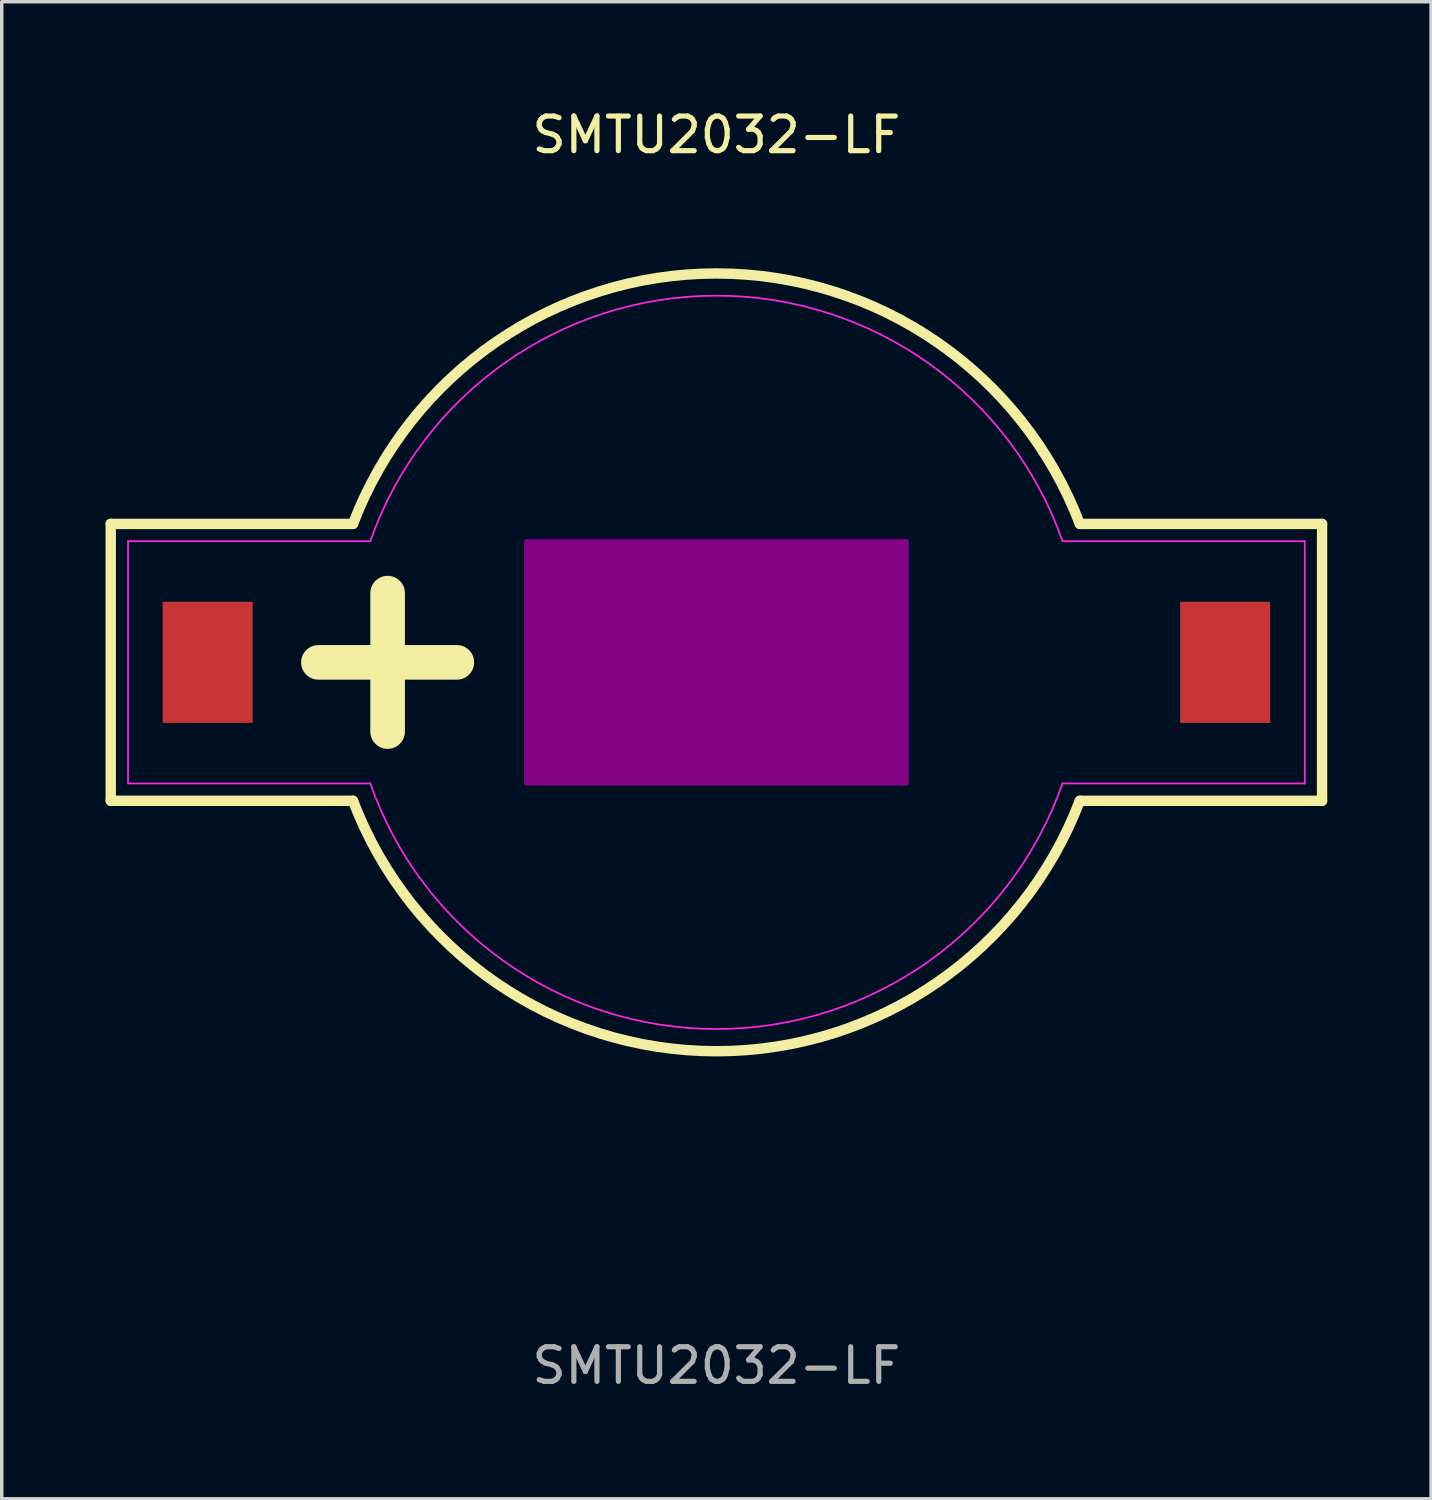
<source format=kicad_pcb>
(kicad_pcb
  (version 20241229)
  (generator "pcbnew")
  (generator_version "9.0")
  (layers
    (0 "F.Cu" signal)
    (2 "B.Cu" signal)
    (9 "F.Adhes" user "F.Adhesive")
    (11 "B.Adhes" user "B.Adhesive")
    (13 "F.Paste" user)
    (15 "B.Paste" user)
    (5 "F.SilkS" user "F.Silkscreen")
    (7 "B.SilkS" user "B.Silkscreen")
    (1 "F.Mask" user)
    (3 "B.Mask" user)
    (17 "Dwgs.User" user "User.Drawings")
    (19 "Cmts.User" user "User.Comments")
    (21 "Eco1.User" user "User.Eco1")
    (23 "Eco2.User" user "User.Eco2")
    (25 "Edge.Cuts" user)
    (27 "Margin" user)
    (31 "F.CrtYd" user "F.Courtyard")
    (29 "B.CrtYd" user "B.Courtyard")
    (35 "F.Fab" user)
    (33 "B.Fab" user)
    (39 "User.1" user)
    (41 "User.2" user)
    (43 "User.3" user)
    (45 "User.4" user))
  (footprint "SMTU2032-LF"
    (layer "F.Cu")
    (at 17.65 16.088)
    (property "Reference" "SMTU2032-LF" (at 0 -15.24 0) (unlocked yes) (layer "F.SilkS") (effects (font (size 1 1) (thickness 0.15))))
    (attr smd)
    (fp_line (start -17.5 -4) (end -17.5 4) (stroke (width 0.3) (type solid)) (layer "F.SilkS"))
    (fp_line (start -17.5 -4) (end -10.5 -4) (stroke (width 0.3) (type solid)) (layer "F.SilkS"))
    (fp_line (start -17.5 4) (end -10.5 4) (stroke (width 0.3) (type solid)) (layer "F.SilkS"))
    (fp_line (start -11.5 0) (end -7.5 0) (stroke (width 1) (type solid)) (layer "F.SilkS"))
    (fp_line (start -9.5 -2) (end -9.5 2) (stroke (width 1) (type solid)) (layer "F.SilkS"))
    (fp_line (start 17.5 -4) (end 10.5 -4) (stroke (width 0.3) (type solid)) (layer "F.SilkS"))
    (fp_line (start 17.5 -4) (end 17.5 4) (stroke (width 0.3) (type solid)) (layer "F.SilkS"))
    (fp_line (start 17.5 4) (end 10.5 4) (stroke (width 0.3) (type solid)) (layer "F.SilkS"))
    (fp_arc (start -10.5 -4) (mid 0 -11.236705) (end 10.5 -4) (stroke (width 0.3) (type solid)) (layer "F.SilkS"))
    (fp_arc (start 10.5 4) (mid 0 11.236705) (end -10.5 4) (stroke (width 0.3) (type solid)) (layer "F.SilkS"))
    (fp_rect (start -5.5 -3.5) (end 5.5 3.5) (stroke (width 0.12) (type solid)) (fill yes) (layer "F.Adhes"))
    (fp_line (start -17 -3.5) (end -17 3.5) (stroke (width 0.05) (type solid)) (layer "F.CrtYd"))
    (fp_line (start -17 -3.5) (end -10 -3.5) (stroke (width 0.05) (type solid)) (layer "F.CrtYd"))
    (fp_line (start -10 3.5) (end -17 3.5) (stroke (width 0.05) (type solid)) (layer "F.CrtYd"))
    (fp_line (start 10 -3.5) (end 17 -3.5) (stroke (width 0.05) (type solid)) (layer "F.CrtYd"))
    (fp_line (start 17 -3.5) (end 17 3.5) (stroke (width 0.05) (type solid)) (layer "F.CrtYd"))
    (fp_line (start 17 3.5) (end 10 3.5) (stroke (width 0.05) (type solid)) (layer "F.CrtYd"))
    (fp_arc (start -10 -3.5) (mid 0 -10.59481) (end 10 -3.5) (stroke (width 0.05) (type solid)) (layer "F.CrtYd"))
    (fp_arc (start 10 3.5) (mid 0 10.59481) (end -10 3.5) (stroke (width 0.05) (type solid)) (layer "F.CrtYd"))
    (fp_text user "${REFERENCE}" (at 0 20.32 0) (unlocked yes) (layer "F.Fab") (effects (font (size 1 1) (thickness 0.15))))
    (pad "1" smd rect (at -14.7 0 180) (size 2.6 3.5) (layers "F.Cu" "F.Mask" "F.Paste"))
    (pad "2" smd rect (at 14.7 0 180) (size 2.6 3.5) (layers "F.Cu" "F.Mask" "F.Paste")))
  (gr_rect
    (start -3 -3)
    (end 38.3 40.257)
    (stroke (width 0.1) (type default))
    (fill no)
    (layer "Edge.Cuts")))
</source>
